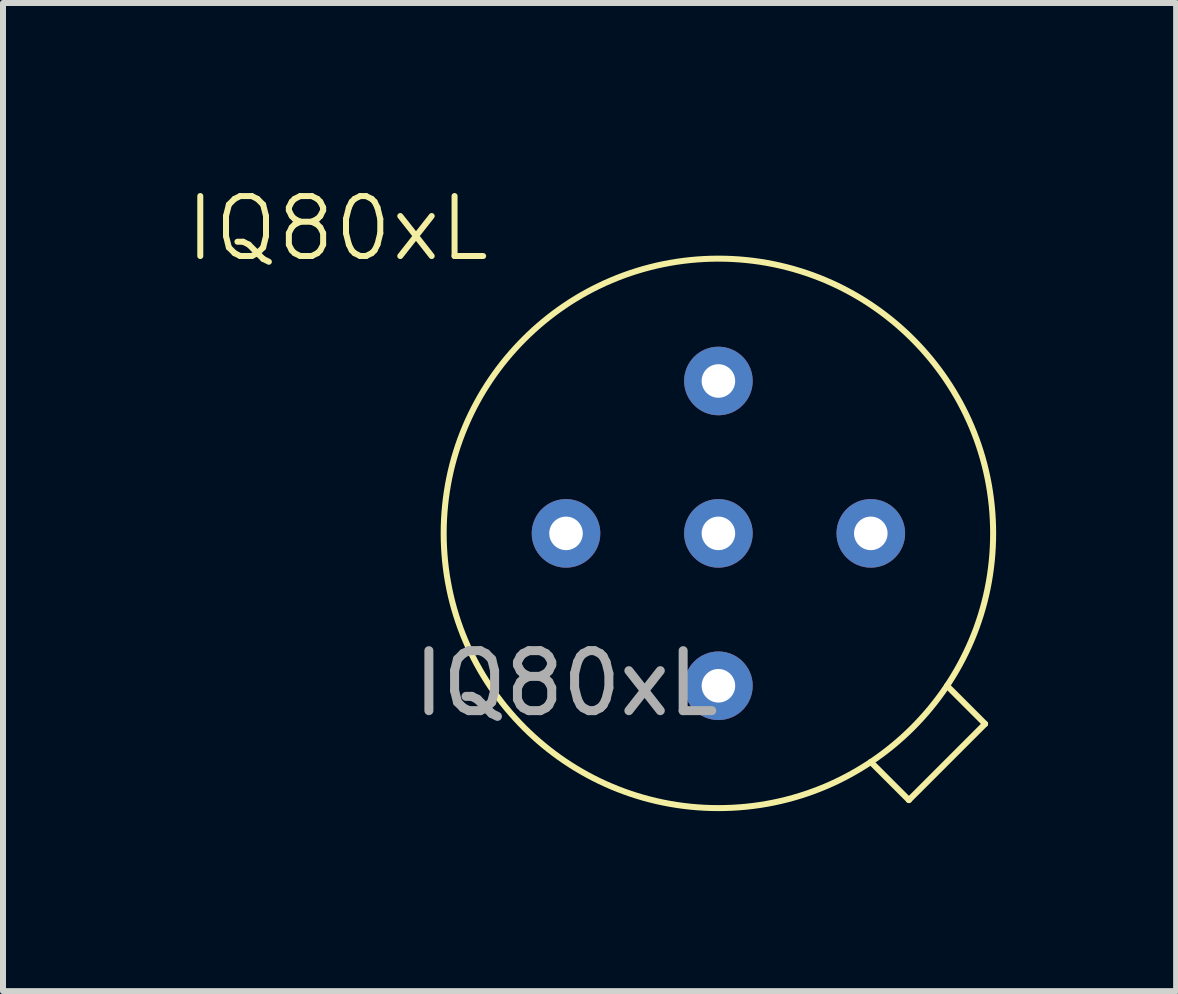
<source format=kicad_pcb>
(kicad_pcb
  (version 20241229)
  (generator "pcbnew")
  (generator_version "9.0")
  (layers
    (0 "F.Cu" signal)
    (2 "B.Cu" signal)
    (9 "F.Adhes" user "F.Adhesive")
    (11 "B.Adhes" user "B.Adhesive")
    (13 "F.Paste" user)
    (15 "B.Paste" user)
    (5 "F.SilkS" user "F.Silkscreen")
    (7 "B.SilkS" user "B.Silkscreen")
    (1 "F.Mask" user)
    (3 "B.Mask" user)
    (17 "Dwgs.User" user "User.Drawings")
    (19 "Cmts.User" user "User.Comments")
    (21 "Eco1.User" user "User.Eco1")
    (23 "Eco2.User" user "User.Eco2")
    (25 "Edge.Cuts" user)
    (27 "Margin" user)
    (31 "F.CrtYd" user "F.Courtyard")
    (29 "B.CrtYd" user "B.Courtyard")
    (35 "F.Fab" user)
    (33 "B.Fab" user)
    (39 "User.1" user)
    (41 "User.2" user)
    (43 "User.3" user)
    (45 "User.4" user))
  (footprint "IQ80xL"
    (layer "F.Cu")
    (at 8.924 5.84)
    (property "Reference" "IQ80xL" (at -6.35 -5.08 0) (unlocked yes) (layer "F.SilkS") (effects (font (size 1 1) (thickness 0.1))))
    (attr through_hole)
    (fp_line (start 2.54 3.81) (end 3.175 4.445) (stroke (width 0.1) (type default)) (layer "F.SilkS"))
    (fp_line (start 3.175 4.445) (end 4.445 3.175) (stroke (width 0.1) (type default)) (layer "F.SilkS"))
    (fp_line (start 4.445 3.175) (end 3.81 2.54) (stroke (width 0.1) (type default)) (layer "F.SilkS"))
    (fp_circle (center 0 0) (end 3.81 2.54) (stroke (width 0.1) (type default)) (fill no) (layer "F.SilkS"))
    (fp_text user "${REFERENCE}" (at -2.54 2.5 0) (unlocked yes) (layer "F.Fab") (effects (font (size 1 1) (thickness 0.15))))
    (pad "1" thru_hole circle (at 2.54 0) (size 1.143 1.143) (drill 0.559) (layers "*.Cu" "*.Mask"))
    (pad "2" thru_hole circle (at 0 -2.54) (size 1.143 1.143) (drill 0.559) (layers "*.Cu" "*.Mask"))
    (pad "3" thru_hole circle (at -2.54 0) (size 1.143 1.143) (drill 0.559) (layers "*.Cu" "*.Mask"))
    (pad "4" thru_hole circle (at 0 2.54) (size 1.143 1.143) (drill 0.559) (layers "*.Cu" "*.Mask"))
    (pad "5" thru_hole circle (at 0 0) (size 1.143 1.143) (drill 0.559) (layers "*.Cu" "*.Mask")))
  (gr_rect
    (start -3 -3)
    (end 16.553 13.47)
    (stroke (width 0.1) (type default))
    (fill no)
    (layer "Edge.Cuts")))
</source>
